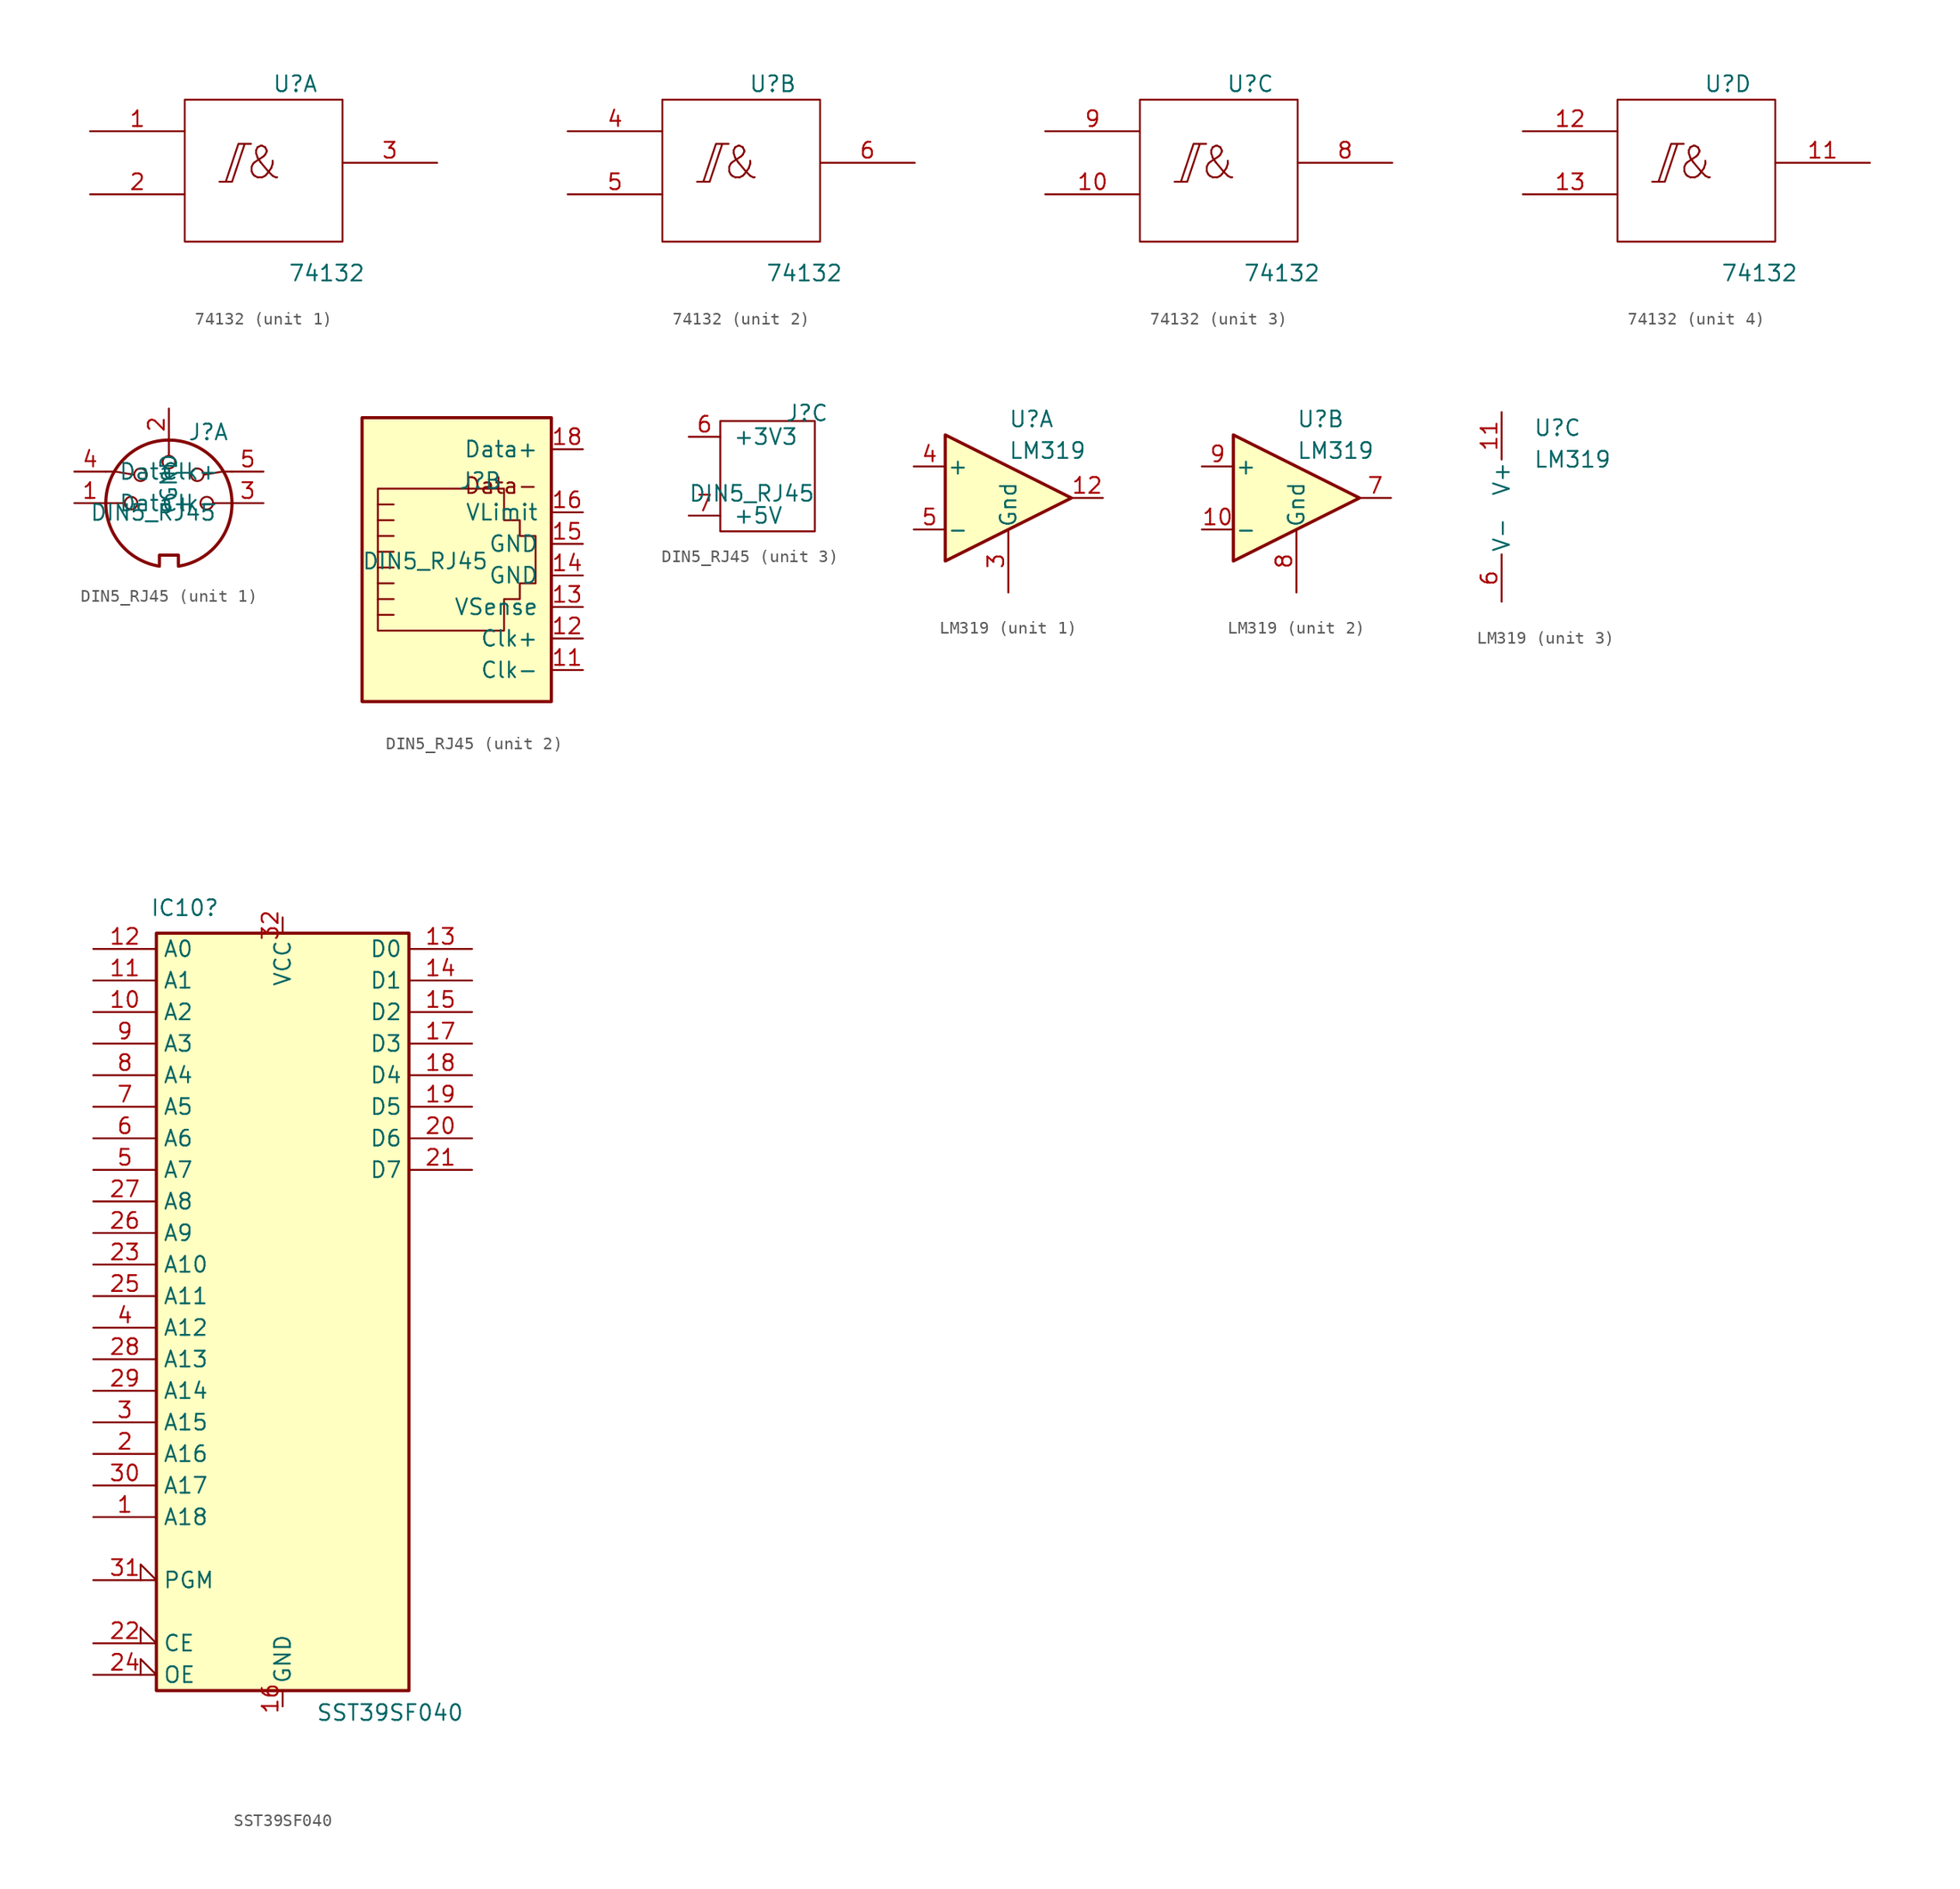
<source format=kicad_sym>
(kicad_symbol_lib
  (version 20220914)
  (generator kicad_symbol_editor)
  (symbol "74132"
    (pin_names
      (offset 0.762))
    (property "Reference" "U"
      (at 2.54 6.35 0)
      (effects (font (size 1.27 1.27))))
    (property "Value" "74132"
      (at 5.08 -8.89 0)
      (effects (font (size 1.27 1.27))))
    (symbol "74132_0_0"
      (polyline (pts (xy -3.556 -1.524) (xy -2.54 -1.524) (xy -1.524 1.524) (xy -1.016 1.524) (xy -2.032 1.524) (xy -3.048 -1.524) (xy -3.048 -1.524)) (stroke (width 0) (type default)) (fill (type none))))
    (symbol "74132_0_1"
      (rectangle (start -6.35 5.08) (end 6.35 -6.35) (stroke (width 0) (type default)) (fill (type none)))
      (text "&" (at 0 0 0) (effects (font (size 2.54 2.54))))
      (pin power_in line (at 0 5.08 270) (length 0) hide (name "Vcc" (effects (font (size 1.27 1.27)))) (number "14" (effects (font (size 1.27 1.27)))))
      (pin power_in line (at 0 -6.35 90) (length 0) hide (name "GND" (effects (font (size 1.27 1.27)))) (number "7" (effects (font (size 1.27 1.27))))))
    (symbol "74132_1_1"
      (pin input line (at -13.97 2.54 0) (length 7.62) (name "~" (effects (font (size 1.27 1.27)))) (number "1" (effects (font (size 1.27 1.27)))))
      (pin input line (at -13.97 -2.54 0) (length 7.62) (name "~" (effects (font (size 1.27 1.27)))) (number "2" (effects (font (size 1.27 1.27)))))
      (pin output line (at 13.97 0 180) (length 7.62) (name "~" (effects (font (size 1.27 1.27)))) (number "3" (effects (font (size 1.27 1.27))))))
    (symbol "74132_2_1"
      (pin input line (at -13.97 2.54 0) (length 7.62) (name "~" (effects (font (size 1.27 1.27)))) (number "4" (effects (font (size 1.27 1.27)))))
      (pin input line (at -13.97 -2.54 0) (length 7.62) (name "~" (effects (font (size 1.27 1.27)))) (number "5" (effects (font (size 1.27 1.27)))))
      (pin output line (at 13.97 0 180) (length 7.62) (name "~" (effects (font (size 1.27 1.27)))) (number "6" (effects (font (size 1.27 1.27))))))
    (symbol "74132_3_1"
      (pin input line (at -13.97 -2.54 0) (length 7.62) (name "~" (effects (font (size 1.27 1.27)))) (number "10" (effects (font (size 1.27 1.27)))))
      (pin output line (at 13.97 0 180) (length 7.62) (name "~" (effects (font (size 1.27 1.27)))) (number "8" (effects (font (size 1.27 1.27)))))
      (pin input line (at -13.97 2.54 0) (length 7.62) (name "~" (effects (font (size 1.27 1.27)))) (number "9" (effects (font (size 1.27 1.27))))))
    (symbol "74132_4_1"
      (pin output line (at 13.97 0 180) (length 7.62) (name "~" (effects (font (size 1.27 1.27)))) (number "11" (effects (font (size 1.27 1.27)))))
      (pin input line (at -13.97 2.54 0) (length 7.62) (name "~" (effects (font (size 1.27 1.27)))) (number "12" (effects (font (size 1.27 1.27)))))
      (pin input line (at -13.97 -2.54 0) (length 7.62) (name "~" (effects (font (size 1.27 1.27)))) (number "13" (effects (font (size 1.27 1.27)))))))
  (symbol "DIN5_RJ45"
    (pin_names
      (offset 1.016))
    (property "Reference" "J"
      (at 3.175 5.715 0)
      (effects (font (size 1.27 1.27))))
    (property "Value" "DIN5_RJ45"
      (at -1.27 -0.762 0)
      (effects (font (size 1.27 1.27))))
    (property "ki_locked" ""
      (at 0 0 0)
      (effects (font (size 1.27 1.27))))
    (symbol "DIN5_RJ45_1_1"
      (arc (start -5.08 0) (mid -3.8609 -3.3364) (end -0.762 -5.08) (stroke (width 0.254) (type default)) (fill (type none)))
      (circle (center -3.048 0) (radius 0.508) (stroke (width 0) (type default)) (fill (type none)))
      (circle (center -2.286 2.286) (radius 0.508) (stroke (width 0) (type default)) (fill (type none)))
      (polyline (pts (xy -5.08 0) (xy -3.556 0)) (stroke (width 0) (type default)) (fill (type none)))
      (polyline (pts (xy 0 5.08) (xy 0 3.81)) (stroke (width 0) (type default)) (fill (type none)))
      (polyline (pts (xy 5.08 0) (xy 3.556 0)) (stroke (width 0) (type default)) (fill (type none)))
      (polyline (pts (xy -5.08 2.54) (xy -4.318 2.54) (xy -2.794 2.286)) (stroke (width 0) (type default)) (fill (type none)))
      (polyline (pts (xy 5.08 2.54) (xy 4.318 2.54) (xy 2.794 2.286)) (stroke (width 0) (type default)) (fill (type none)))
      (polyline (pts (xy -0.762 -4.953) (xy -0.762 -4.191) (xy 0.762 -4.191) (xy 0.762 -4.953)) (stroke (width 0.254) (type default)) (fill (type none)))
      (circle (center 0 3.302) (radius 0.508) (stroke (width 0) (type default)) (fill (type none)))
      (arc (start 0.762 -5.08) (mid 3.8685 -3.343) (end 5.08 0) (stroke (width 0.254) (type default)) (fill (type none)))
      (circle (center 2.286 2.286) (radius 0.508) (stroke (width 0) (type default)) (fill (type none)))
      (circle (center 3.048 0) (radius 0.508) (stroke (width 0) (type default)) (fill (type none)))
      (arc (start 5.08 0) (mid 0 5.0579) (end -5.08 0) (stroke (width 0.254) (type default)) (fill (type none)))
      (pin passive line (at -7.62 0 0) (length 2.54) (name "Data+" (effects (font (size 1.27 1.27)))) (number "1" (effects (font (size 1.27 1.27)))))
      (pin passive line (at 0 7.62 270) (length 2.54) (name "GND" (effects (font (size 1.27 1.27)))) (number "2" (effects (font (size 1.27 1.27)))))
      (pin passive line (at 7.62 0 180) (length 2.54) (name "Clk-" (effects (font (size 1.27 1.27)))) (number "3" (effects (font (size 1.27 1.27)))))
      (pin passive line (at -7.62 2.54 0) (length 2.54) (name "Data-" (effects (font (size 1.27 1.27)))) (number "4" (effects (font (size 1.27 1.27)))))
      (pin passive line (at 7.62 2.54 180) (length 2.54) (name "Clk+" (effects (font (size 1.27 1.27)))) (number "5" (effects (font (size 1.27 1.27))))))
    (symbol "DIN5_RJ45_2_0"
      (text "Data-" (at 7.874 4.572 0) (effects (font (size 1.27 1.27)) (justify right bottom))))
    (symbol "DIN5_RJ45_2_1"
      (polyline (pts (xy -3.81 2.54) (xy -5.08 2.54)) (stroke (width 0) (type default)) (fill (type none)))
      (polyline (pts (xy -3.81 3.81) (xy -5.08 3.81)) (stroke (width 0) (type default)) (fill (type none)))
      (polyline (pts (xy -5.08 -5.08) (xy -3.81 -5.08) (xy -3.81 -5.08)) (stroke (width 0) (type default)) (fill (type none)))
      (polyline (pts (xy -5.08 -3.81) (xy -3.81 -3.81) (xy -3.81 -3.81)) (stroke (width 0) (type default)) (fill (type none)))
      (polyline (pts (xy -5.08 -2.54) (xy -3.81 -2.54) (xy -3.81 -2.54)) (stroke (width 0) (type default)) (fill (type none)))
      (polyline (pts (xy -5.08 -1.27) (xy -3.81 -1.27) (xy -3.81 -1.27)) (stroke (width 0) (type default)) (fill (type none)))
      (polyline (pts (xy -5.08 0) (xy -3.81 0) (xy -3.81 0)) (stroke (width 0) (type default)) (fill (type none)))
      (polyline (pts (xy -3.81 1.27) (xy -5.08 1.27) (xy -5.08 1.27)) (stroke (width 0) (type default)) (fill (type none)))
      (polyline (pts (xy -5.08 -6.35) (xy -5.08 5.08) (xy 5.08 5.08) (xy 5.08 2.54) (xy 6.35 2.54) (xy 6.35 1.27) (xy 7.62 1.27) (xy 7.62 -2.54) (xy 6.35 -2.54) (xy 6.35 -3.81) (xy 5.08 -3.81) (xy 5.08 -6.35) (xy -5.08 -6.35) (xy -5.08 -6.35)) (stroke (width 0) (type default)) (fill (type none)))
      (rectangle (start 8.89 10.795) (end -6.35 -12.065) (stroke (width 0.254) (type default)) (fill (type background)))
      (pin passive line (at 11.43 -9.525 180) (length 2.54) (name "Clk-" (effects (font (size 1.27 1.27)))) (number "11" (effects (font (size 1.27 1.27)))))
      (pin passive line (at 11.43 -6.985 180) (length 2.54) (name "Clk+" (effects (font (size 1.27 1.27)))) (number "12" (effects (font (size 1.27 1.27)))))
      (pin passive line (at 11.43 -4.445 180) (length 2.54) (name "VSense" (effects (font (size 1.27 1.27)))) (number "13" (effects (font (size 1.27 1.27)))))
      (pin passive line (at 11.43 -1.905 180) (length 2.54) (name "GND" (effects (font (size 1.27 1.27)))) (number "14" (effects (font (size 1.27 1.27)))))
      (pin passive line (at 11.43 0.635 180) (length 2.54) (name "GND" (effects (font (size 1.27 1.27)))) (number "15" (effects (font (size 1.27 1.27)))))
      (pin passive line (at 11.43 3.175 180) (length 2.54) (name "VLimit" (effects (font (size 1.27 1.27)))) (number "16" (effects (font (size 1.27 1.27)))))
      (pin passive line (at 11.43 8.255 180) (length 2.54) (name "Data+" (effects (font (size 1.27 1.27)))) (number "18" (effects (font (size 1.27 1.27))))))
    (symbol "DIN5_RJ45_3_1"
      (rectangle (start -3.81 5.08) (end 3.81 -3.81) (stroke (width 0) (type default)) (fill (type none)))
      (pin power_in line (at -6.35 3.81 0) (length 2.54) (name "+3V3" (effects (font (size 1.27 1.27)))) (number "6" (effects (font (size 1.27 1.27)))))
      (pin power_in line (at -6.35 -2.54 0) (length 2.54) (name "+5V" (effects (font (size 1.27 1.27)))) (number "7" (effects (font (size 1.27 1.27)))))))
  (symbol "LM319"
    (pin_names
      (offset 0.127))
    (property "Reference" "U"
      (at 0 6.35 0)
      (effects (font (size 1.27 1.27)) (justify left)))
    (property "Value" "LM319"
      (at 0 3.81 0)
      (effects (font (size 1.27 1.27)) (justify left)))
    (property "ki_locked" ""
      (at 0 0 0)
      (effects (font (size 1.27 1.27))))
    (symbol "LM319_1_1"
      (polyline (pts (xy -5.08 5.08) (xy 5.08 0) (xy -5.08 -5.08) (xy -5.08 5.08) (xy -5.08 5.08)) (stroke (width 0.254) (type default)) (fill (type background)))
      (pin no_connect line (at 0 -2.54 90) (length 2.54) hide (name "NC" (effects (font (size 1.27 1.27)))) (number "1" (effects (font (size 1.27 1.27)))))
      (pin open_collector line (at 7.62 0 180) (length 2.54) (name "~" (effects (font (size 1.27 1.27)))) (number "12" (effects (font (size 1.27 1.27)))))
      (pin no_connect line (at 0 2.54 270) (length 2.54) hide (name "NC" (effects (font (size 1.27 1.27)))) (number "2" (effects (font (size 1.27 1.27)))))
      (pin passive line (at 0 -7.62 90) (length 5.08) (name "Gnd" (effects (font (size 1.27 1.27)))) (number "3" (effects (font (size 1.27 1.27)))))
      (pin input line (at -7.62 2.54 0) (length 2.54) (name "+" (effects (font (size 1.27 1.27)))) (number "4" (effects (font (size 1.27 1.27)))))
      (pin input line (at -7.62 -2.54 0) (length 2.54) (name "-" (effects (font (size 1.27 1.27)))) (number "5" (effects (font (size 1.27 1.27))))))
    (symbol "LM319_2_1"
      (polyline (pts (xy -5.08 5.08) (xy 5.08 0) (xy -5.08 -5.08) (xy -5.08 5.08) (xy -5.08 5.08)) (stroke (width 0.254) (type default)) (fill (type background)))
      (pin input line (at -7.62 -2.54 0) (length 2.54) (name "-" (effects (font (size 1.27 1.27)))) (number "10" (effects (font (size 1.27 1.27)))))
      (pin no_connect line (at 0 -2.54 90) (length 2.54) hide (name "NC" (effects (font (size 1.27 1.27)))) (number "13" (effects (font (size 1.27 1.27)))))
      (pin no_connect line (at 0 2.54 270) (length 2.54) hide (name "NC" (effects (font (size 1.27 1.27)))) (number "14" (effects (font (size 1.27 1.27)))))
      (pin open_collector line (at 7.62 0 180) (length 2.54) (name "~" (effects (font (size 1.27 1.27)))) (number "7" (effects (font (size 1.27 1.27)))))
      (pin passive line (at 0 -7.62 90) (length 5.08) (name "Gnd" (effects (font (size 1.27 1.27)))) (number "8" (effects (font (size 1.27 1.27)))))
      (pin input line (at -7.62 2.54 0) (length 2.54) (name "+" (effects (font (size 1.27 1.27)))) (number "9" (effects (font (size 1.27 1.27))))))
    (symbol "LM319_3_1"
      (pin power_in line (at -2.54 7.62 270) (length 3.81) (name "V+" (effects (font (size 1.27 1.27)))) (number "11" (effects (font (size 1.27 1.27)))))
      (pin power_in line (at -2.54 -7.62 90) (length 3.81) (name "V-" (effects (font (size 1.27 1.27)))) (number "6" (effects (font (size 1.27 1.27)))))))
  (symbol "SST39SF040"
    (property "Reference" "IC10"
      (at -7.874 33.782 0)
      (effects (font (size 1.27 1.27))))
    (property "Value" "SST39SF040"
      (at 8.636 -30.988 0)
      (effects (font (size 1.27 1.27))))
    (symbol "SST39SF040_0_0"
      (pin power_in line (at 0 -30.48 90) (length 1.27) (name "GND" (effects (font (size 1.27 1.27)))) (number "16" (effects (font (size 1.27 1.27)))))
      (pin power_in line (at 0 33.02 270) (length 1.27) (name "VCC" (effects (font (size 1.27 1.27)))) (number "32" (effects (font (size 1.27 1.27))))))
    (symbol "SST39SF040_0_1"
      (rectangle (start -10.16 31.75) (end 10.16 -29.21) (stroke (width 0.254) (type default)) (fill (type background))))
    (symbol "SST39SF040_1_1"
      (pin input line (at -15.24 -15.24 0) (length 5.08) (name "A18" (effects (font (size 1.27 1.27)))) (number "1" (effects (font (size 1.27 1.27)))))
      (pin input line (at -15.24 25.4 0) (length 5.08) (name "A2" (effects (font (size 1.27 1.27)))) (number "10" (effects (font (size 1.27 1.27)))))
      (pin input line (at -15.24 27.94 0) (length 5.08) (name "A1" (effects (font (size 1.27 1.27)))) (number "11" (effects (font (size 1.27 1.27)))))
      (pin input line (at -15.24 30.48 0) (length 5.08) (name "A0" (effects (font (size 1.27 1.27)))) (number "12" (effects (font (size 1.27 1.27)))))
      (pin tri_state line (at 15.24 30.48 180) (length 5.08) (name "D0" (effects (font (size 1.27 1.27)))) (number "13" (effects (font (size 1.27 1.27)))))
      (pin tri_state line (at 15.24 27.94 180) (length 5.08) (name "D1" (effects (font (size 1.27 1.27)))) (number "14" (effects (font (size 1.27 1.27)))))
      (pin tri_state line (at 15.24 25.4 180) (length 5.08) (name "D2" (effects (font (size 1.27 1.27)))) (number "15" (effects (font (size 1.27 1.27)))))
      (pin tri_state line (at 15.24 22.86 180) (length 5.08) (name "D3" (effects (font (size 1.27 1.27)))) (number "17" (effects (font (size 1.27 1.27)))))
      (pin tri_state line (at 15.24 20.32 180) (length 5.08) (name "D4" (effects (font (size 1.27 1.27)))) (number "18" (effects (font (size 1.27 1.27)))))
      (pin tri_state line (at 15.24 17.78 180) (length 5.08) (name "D5" (effects (font (size 1.27 1.27)))) (number "19" (effects (font (size 1.27 1.27)))))
      (pin input line (at -15.24 -10.16 0) (length 5.08) (name "A16" (effects (font (size 1.27 1.27)))) (number "2" (effects (font (size 1.27 1.27)))))
      (pin tri_state line (at 15.24 15.24 180) (length 5.08) (name "D6" (effects (font (size 1.27 1.27)))) (number "20" (effects (font (size 1.27 1.27)))))
      (pin tri_state line (at 15.24 12.7 180) (length 5.08) (name "D7" (effects (font (size 1.27 1.27)))) (number "21" (effects (font (size 1.27 1.27)))))
      (pin input input_low (at -15.24 -25.4 0) (length 5.08) (name "CE" (effects (font (size 1.27 1.27)))) (number "22" (effects (font (size 1.27 1.27)))))
      (pin input line (at -15.24 5.08 0) (length 5.08) (name "A10" (effects (font (size 1.27 1.27)))) (number "23" (effects (font (size 1.27 1.27)))))
      (pin input input_low (at -15.24 -27.94 0) (length 5.08) (name "OE" (effects (font (size 1.27 1.27)))) (number "24" (effects (font (size 1.27 1.27)))))
      (pin input line (at -15.24 2.54 0) (length 5.08) (name "A11" (effects (font (size 1.27 1.27)))) (number "25" (effects (font (size 1.27 1.27)))))
      (pin input line (at -15.24 7.62 0) (length 5.08) (name "A9" (effects (font (size 1.27 1.27)))) (number "26" (effects (font (size 1.27 1.27)))))
      (pin input line (at -15.24 10.16 0) (length 5.08) (name "A8" (effects (font (size 1.27 1.27)))) (number "27" (effects (font (size 1.27 1.27)))))
      (pin input line (at -15.24 -2.54 0) (length 5.08) (name "A13" (effects (font (size 1.27 1.27)))) (number "28" (effects (font (size 1.27 1.27)))))
      (pin input line (at -15.24 -5.08 0) (length 5.08) (name "A14" (effects (font (size 1.27 1.27)))) (number "29" (effects (font (size 1.27 1.27)))))
      (pin input line (at -15.24 -7.62 0) (length 5.08) (name "A15" (effects (font (size 1.27 1.27)))) (number "3" (effects (font (size 1.27 1.27)))))
      (pin input line (at -15.24 -12.7 0) (length 5.08) (name "A17" (effects (font (size 1.27 1.27)))) (number "30" (effects (font (size 1.27 1.27)))))
      (pin input input_low (at -15.24 -20.32 0) (length 5.08) (name "PGM" (effects (font (size 1.27 1.27)))) (number "31" (effects (font (size 1.27 1.27)))))
      (pin input line (at -15.24 0 0) (length 5.08) (name "A12" (effects (font (size 1.27 1.27)))) (number "4" (effects (font (size 1.27 1.27)))))
      (pin input line (at -15.24 12.7 0) (length 5.08) (name "A7" (effects (font (size 1.27 1.27)))) (number "5" (effects (font (size 1.27 1.27)))))
      (pin input line (at -15.24 15.24 0) (length 5.08) (name "A6" (effects (font (size 1.27 1.27)))) (number "6" (effects (font (size 1.27 1.27)))))
      (pin input line (at -15.24 17.78 0) (length 5.08) (name "A5" (effects (font (size 1.27 1.27)))) (number "7" (effects (font (size 1.27 1.27)))))
      (pin input line (at -15.24 20.32 0) (length 5.08) (name "A4" (effects (font (size 1.27 1.27)))) (number "8" (effects (font (size 1.27 1.27)))))
      (pin input line (at -15.24 22.86 0) (length 5.08) (name "A3" (effects (font (size 1.27 1.27)))) (number "9" (effects (font (size 1.27 1.27))))))))
</source>
